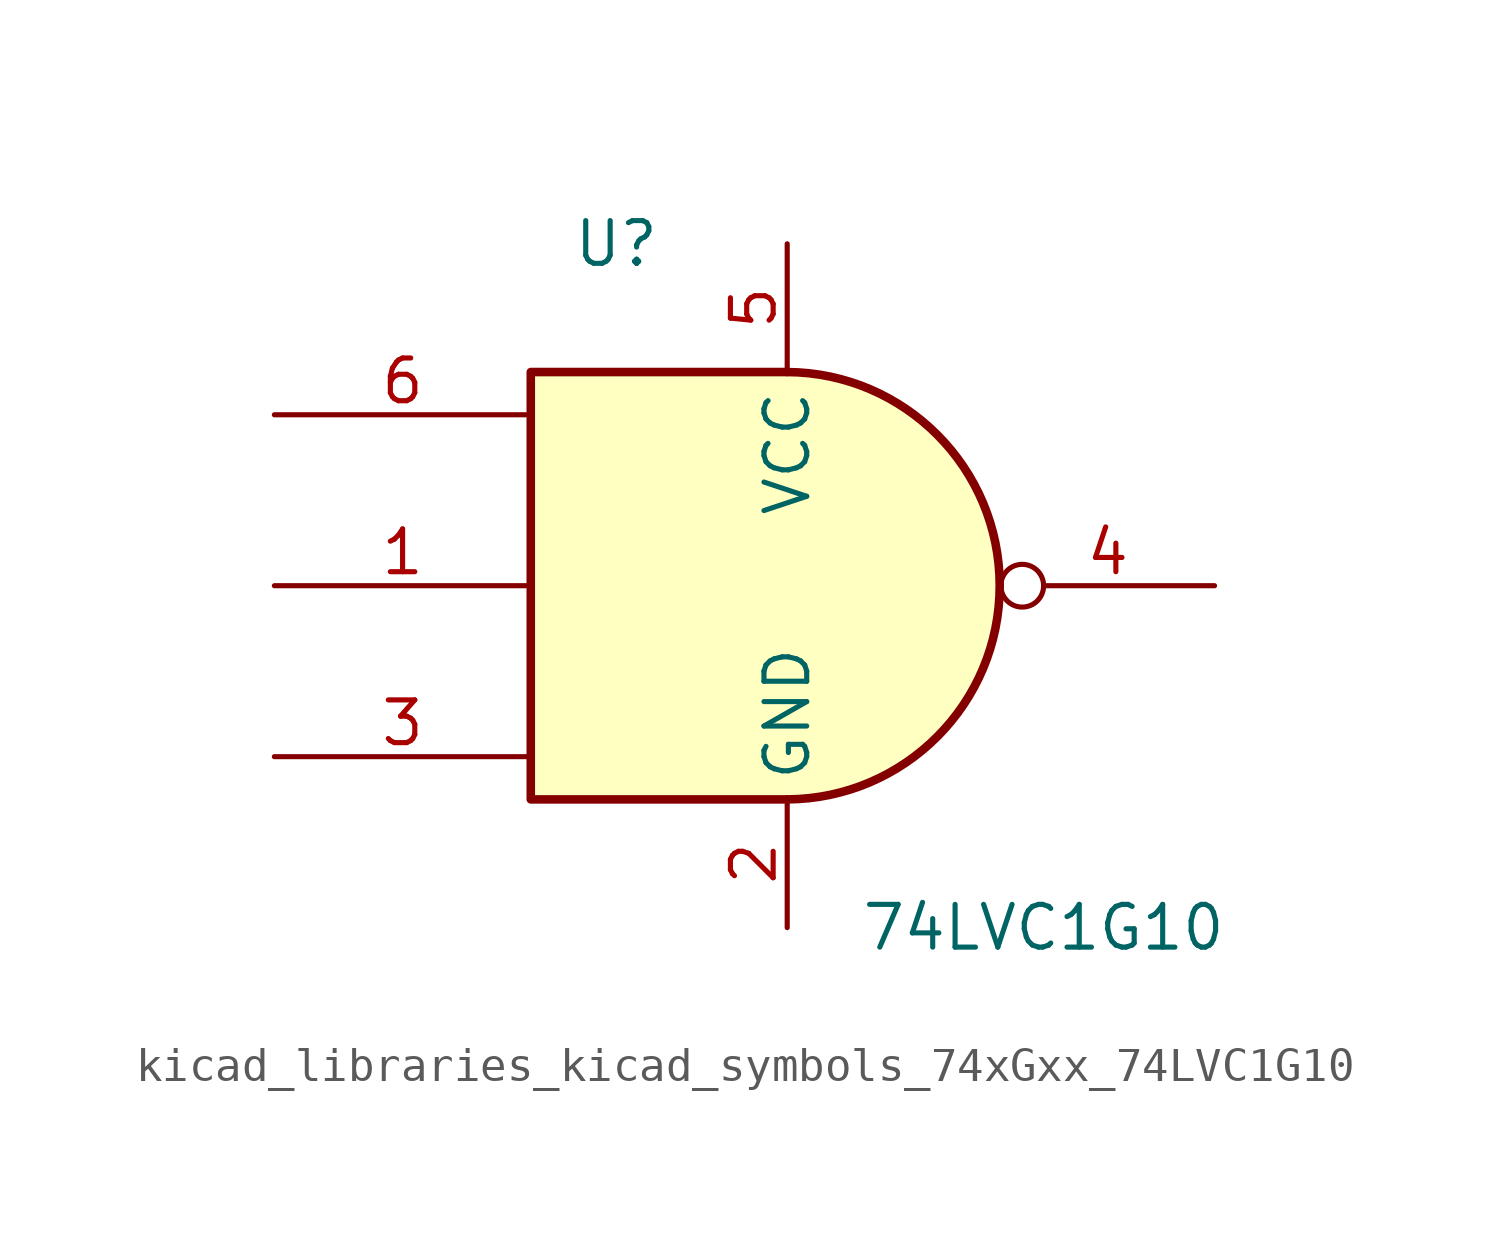
<source format=kicad_sym>
(kicad_symbol_lib
  (version 20220914)
  (generator kicad_symbol_editor)
  (symbol "kicad_libraries_kicad_symbols_74xGxx_74LVC1G10"
    (property "Reference" "U"
      (at -5.08 10.16 0)
      (effects (font (size 1.27 1.27))))
    (property "Value" "74LVC1G10"
      (at 7.62 -10.16 0)
      (effects (font (size 1.27 1.27))))
    (symbol "kicad_libraries_kicad_symbols_74xGxx_74LVC1G10_0_1"
      (arc (start 0 -6.35) (mid 6.3224 0) (end 0 6.35) (stroke (width 0.254) (type default)) (fill (type background)))
      (polyline (pts (xy 0 -6.35) (xy -7.62 -6.35) (xy -7.62 6.35) (xy 0 6.35)) (stroke (width 0.254) (type default)) (fill (type background))))
    (symbol "kicad_libraries_kicad_symbols_74xGxx_74LVC1G10_1_1"
      (pin input line (at -15.24 0 0) (length 7.62) (name "~" (effects (font (size 1.27 1.27)))) (number "1" (effects (font (size 1.27 1.27)))))
      (pin power_in line (at 0 -10.16 90) (length 3.81) (name "GND" (effects (font (size 1.27 1.27)))) (number "2" (effects (font (size 1.27 1.27)))))
      (pin input line (at -15.24 -5.08 0) (length 7.62) (name "~" (effects (font (size 1.27 1.27)))) (number "3" (effects (font (size 1.27 1.27)))))
      (pin output inverted (at 12.7 0 180) (length 6.35) (name "~" (effects (font (size 1.27 1.27)))) (number "4" (effects (font (size 1.27 1.27)))))
      (pin power_in line (at 0 10.16 270) (length 3.81) (name "VCC" (effects (font (size 1.27 1.27)))) (number "5" (effects (font (size 1.27 1.27)))))
      (pin input line (at -15.24 5.08 0) (length 7.62) (name "~" (effects (font (size 1.27 1.27)))) (number "6" (effects (font (size 1.27 1.27))))))))
</source>
